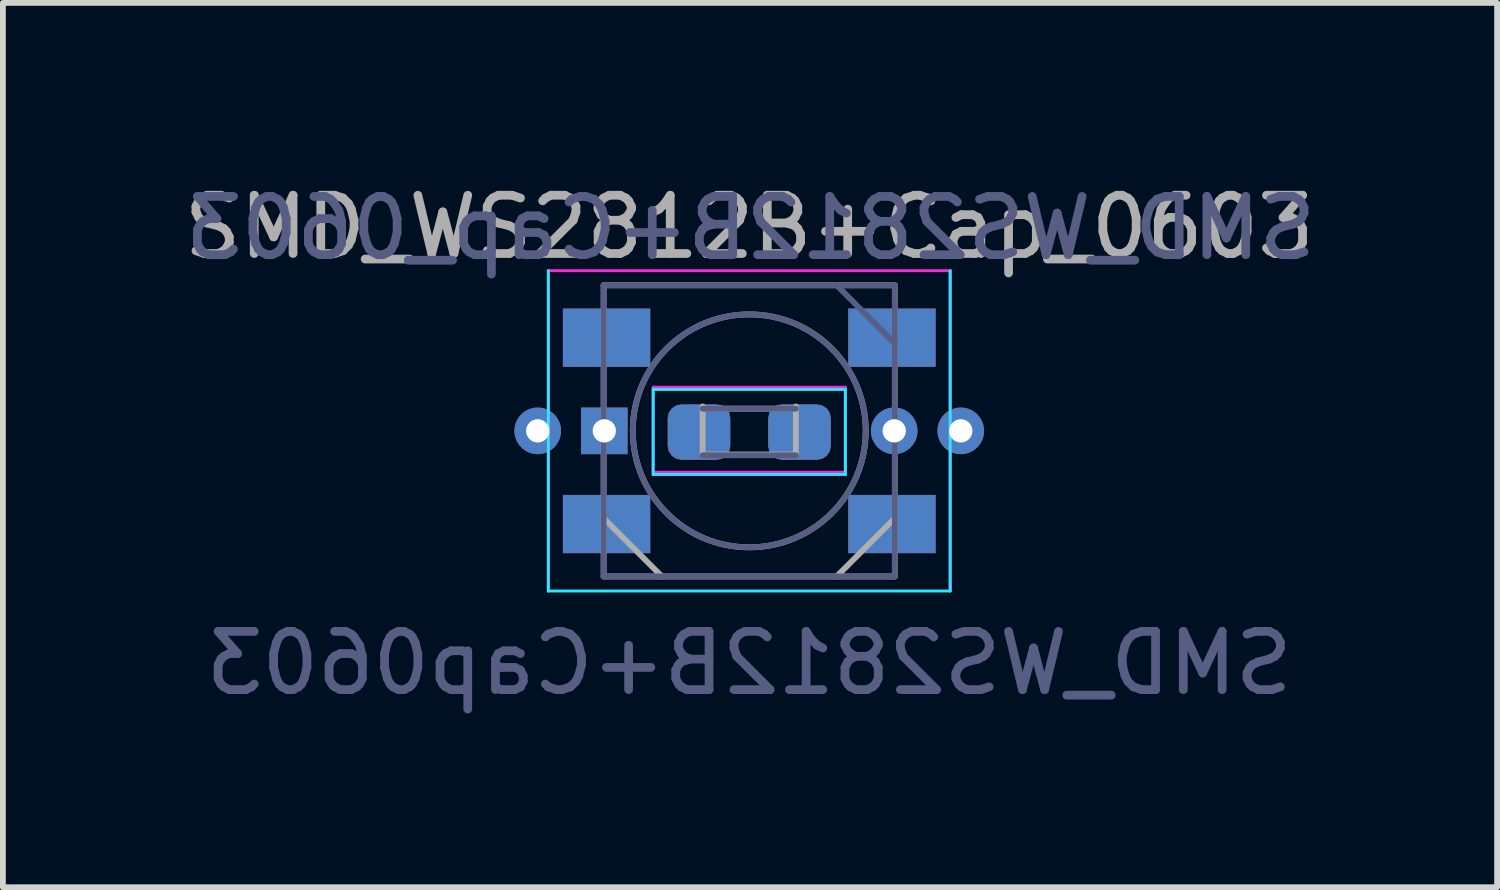
<source format=kicad_pcb>
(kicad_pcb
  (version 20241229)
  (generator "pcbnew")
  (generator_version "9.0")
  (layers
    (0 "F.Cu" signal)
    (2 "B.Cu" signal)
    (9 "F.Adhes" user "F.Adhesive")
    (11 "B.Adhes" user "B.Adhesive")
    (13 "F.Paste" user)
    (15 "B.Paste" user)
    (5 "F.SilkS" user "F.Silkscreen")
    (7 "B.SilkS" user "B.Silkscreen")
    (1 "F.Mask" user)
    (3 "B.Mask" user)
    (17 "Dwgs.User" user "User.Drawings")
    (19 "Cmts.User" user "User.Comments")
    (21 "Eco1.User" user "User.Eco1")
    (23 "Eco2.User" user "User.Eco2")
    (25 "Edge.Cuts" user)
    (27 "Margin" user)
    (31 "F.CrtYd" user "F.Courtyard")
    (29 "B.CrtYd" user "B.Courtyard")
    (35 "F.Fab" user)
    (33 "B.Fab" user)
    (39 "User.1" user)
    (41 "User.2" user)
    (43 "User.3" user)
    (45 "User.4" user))
  (footprint "SMD_WS2812B+Cap_0603"
    (layer "F.Cu")
    (at 9.815 4.348)
    (property "Reference" "SMD_WS2812B+Cap_0603" (at 0 -3.5 0) (layer "F.Fab") (effects (font (size 1 1) (thickness 0.15))))
    (property "Value" "SMD_WS2812B+Cap0603" (at 0 4 0) (layer "F.Fab") (hide yes) (effects (font (size 1 1) (thickness 0.15))))
    (attr smd)
    (fp_line (start -3.45 2.75) (end -3.45 -2.75) (stroke (width 0.05) (type solid)) (layer "B.CrtYd"))
    (fp_line (start -1.65 -0.711) (end -1.65 0.749) (stroke (width 0.05) (type solid)) (layer "B.CrtYd"))
    (fp_line (start -1.65 0.749) (end 1.65 0.749) (stroke (width 0.05) (type solid)) (layer "B.CrtYd"))
    (fp_line (start 1.65 -0.711) (end -1.65 -0.711) (stroke (width 0.05) (type solid)) (layer "B.CrtYd"))
    (fp_line (start 1.65 0.749) (end 1.65 -0.711) (stroke (width 0.05) (type solid)) (layer "B.CrtYd"))
    (fp_line (start 3.45 -2.75) (end 3.45 2.75) (stroke (width 0.05) (type solid)) (layer "B.CrtYd"))
    (fp_line (start 3.45 2.75) (end -3.45 2.75) (stroke (width 0.05) (type solid)) (layer "B.CrtYd"))
    (fp_line (start -3.45 -2.75) (end -3.45 2.75) (stroke (width 0.05) (type solid)) (layer "F.CrtYd"))
    (fp_line (start -1.65 -0.749) (end 1.65 -0.749) (stroke (width 0.05) (type solid)) (layer "F.CrtYd"))
    (fp_line (start -1.65 0.711) (end -1.65 -0.749) (stroke (width 0.05) (type solid)) (layer "F.CrtYd"))
    (fp_line (start 1.65 -0.749) (end 1.65 0.711) (stroke (width 0.05) (type solid)) (layer "F.CrtYd"))
    (fp_line (start 1.65 0.711) (end -1.65 0.711) (stroke (width 0.05) (type solid)) (layer "F.CrtYd"))
    (fp_line (start 3.45 -2.75) (end -3.45 -2.75) (stroke (width 0.05) (type solid)) (layer "F.CrtYd"))
    (fp_line (start 3.45 2.75) (end 3.45 -2.75) (stroke (width 0.05) (type solid)) (layer "F.CrtYd"))
    (fp_line (start -2.5 -2.5) (end 2.5 -2.5) (stroke (width 0.1) (type solid)) (layer "B.Fab"))
    (fp_line (start -2.5 2.5) (end -2.5 -2.5) (stroke (width 0.1) (type solid)) (layer "B.Fab"))
    (fp_line (start -0.8 0.419) (end 0.8 0.419) (stroke (width 0.1) (type solid)) (layer "B.Fab"))
    (fp_line (start 0.8 -0.381) (end -0.8 -0.381) (stroke (width 0.1) (type solid)) (layer "B.Fab"))
    (fp_line (start 2.5 -2.5) (end 2.5 2.5) (stroke (width 0.1) (type solid)) (layer "B.Fab"))
    (fp_line (start 2.5 -1.5) (end 1.5 -2.5) (stroke (width 0.1) (type solid)) (layer "B.Fab"))
    (fp_line (start 2.5 2.5) (end -2.5 2.5) (stroke (width 0.1) (type solid)) (layer "B.Fab"))
    (fp_circle (center 0 0) (end 0 2) (stroke (width 0.1) (type solid)) (fill no) (layer "B.Fab"))
    (fp_line (start -2.5 -2.5) (end -2.5 2.5) (stroke (width 0.1) (type solid)) (layer "F.Fab"))
    (fp_line (start -2.5 1.5) (end -1.5 2.5) (stroke (width 0.1) (type solid)) (layer "F.Fab"))
    (fp_line (start -2.5 2.5) (end 2.5 2.5) (stroke (width 0.1) (type solid)) (layer "F.Fab"))
    (fp_line (start -0.8 -0.381) (end 0.8 -0.381) (stroke (width 0.1) (type solid)) (layer "F.Fab"))
    (fp_line (start -0.8 0.381) (end -0.8 -0.419) (stroke (width 0.1) (type solid)) (layer "F.Fab"))
    (fp_line (start 0.8 -0.419) (end 0.8 0.381) (stroke (width 0.1) (type solid)) (layer "F.Fab"))
    (fp_line (start 0.8 0.406) (end -0.8 0.406) (stroke (width 0.1) (type solid)) (layer "F.Fab"))
    (fp_line (start 2.5 -2.5) (end -2.5 -2.5) (stroke (width 0.1) (type solid)) (layer "F.Fab"))
    (fp_line (start 2.5 1.5) (end 1.5 2.5) (stroke (width 0.1) (type solid)) (layer "F.Fab"))
    (fp_line (start 2.5 2.5) (end 2.5 -2.5) (stroke (width 0.1) (type solid)) (layer "F.Fab"))
    (fp_circle (center 0 0) (end 0 -2) (stroke (width 0.1) (type solid)) (fill no) (layer "F.Fab"))
    (fp_text user "${VALUE}" (at 0 3.988 180) (layer "B.Fab") (effects (font (size 1 1) (thickness 0.15)) (justify mirror)))
    (fp_text user "${REFERENCE}" (at 0.025 -3.48 180) (layer "B.Fab") (effects (font (size 1 1) (thickness 0.15)) (justify mirror)))
    (pad "1" thru_hole rect (at -2.489 0) (size 0.8 0.8) (drill 0.4) (layers "*.Cu" "*.Mask"))
    (pad "1" smd rect (at -2.45 -1.6) (size 1.5 1) (layers "F.Cu" "F.Mask" "F.Paste"))
    (pad "1" smd rect (at -2.45 1.6 180) (size 1.5 1) (layers "B.Cu" "B.Mask" "B.Paste"))
    (pad "1" smd roundrect (at -0.863 0.019 180) (size 1.075 0.95) (layers "B.Cu" "B.Mask" "B.Paste") (roundrect_rratio 0.25))
    (pad "1" smd roundrect (at -0.863 0.025) (size 1.075 0.95) (layers "F.Cu" "F.Mask" "F.Paste") (roundrect_rratio 0.25))
    (pad "2" thru_hole circle (at -3.632 0) (size 0.8 0.8) (drill 0.4) (layers "*.Cu" "*.Mask"))
    (pad "2" smd rect (at -2.45 -1.6 180) (size 1.5 1) (layers "B.Cu" "B.Mask" "B.Paste"))
    (pad "2" smd rect (at -2.45 1.6) (size 1.5 1) (layers "F.Cu" "F.Mask" "F.Paste"))
    (pad "3" smd roundrect (at 0.863 0.019 180) (size 1.075 0.95) (layers "B.Cu" "B.Mask" "B.Paste") (roundrect_rratio 0.25))
    (pad "3" smd roundrect (at 0.863 0.025) (size 1.075 0.95) (layers "F.Cu" "F.Mask" "F.Paste") (roundrect_rratio 0.25))
    (pad "3" smd rect (at 2.45 -1.6 180) (size 1.5 1) (layers "B.Cu" "B.Mask" "B.Paste"))
    (pad "3" smd rect (at 2.45 1.6) (size 1.5 1) (layers "F.Cu" "F.Mask" "F.Paste"))
    (pad "3" thru_hole circle (at 2.489 0) (size 0.8 0.8) (drill 0.4) (layers "*.Cu" "*.Mask"))
    (pad "4" smd rect (at 2.45 -1.6) (size 1.5 1) (layers "F.Cu" "F.Mask" "F.Paste"))
    (pad "4" smd rect (at 2.45 1.6 180) (size 1.5 1) (layers "B.Cu" "B.Mask" "B.Paste"))
    (pad "4" thru_hole circle (at 3.632 0) (size 0.8 0.8) (drill 0.4) (layers "*.Cu" "*.Mask")))
  (gr_rect
    (start -3 -3)
    (end 22.656 12.184)
    (stroke (width 0.1) (type default))
    (fill no)
    (layer "Edge.Cuts")))
</source>
